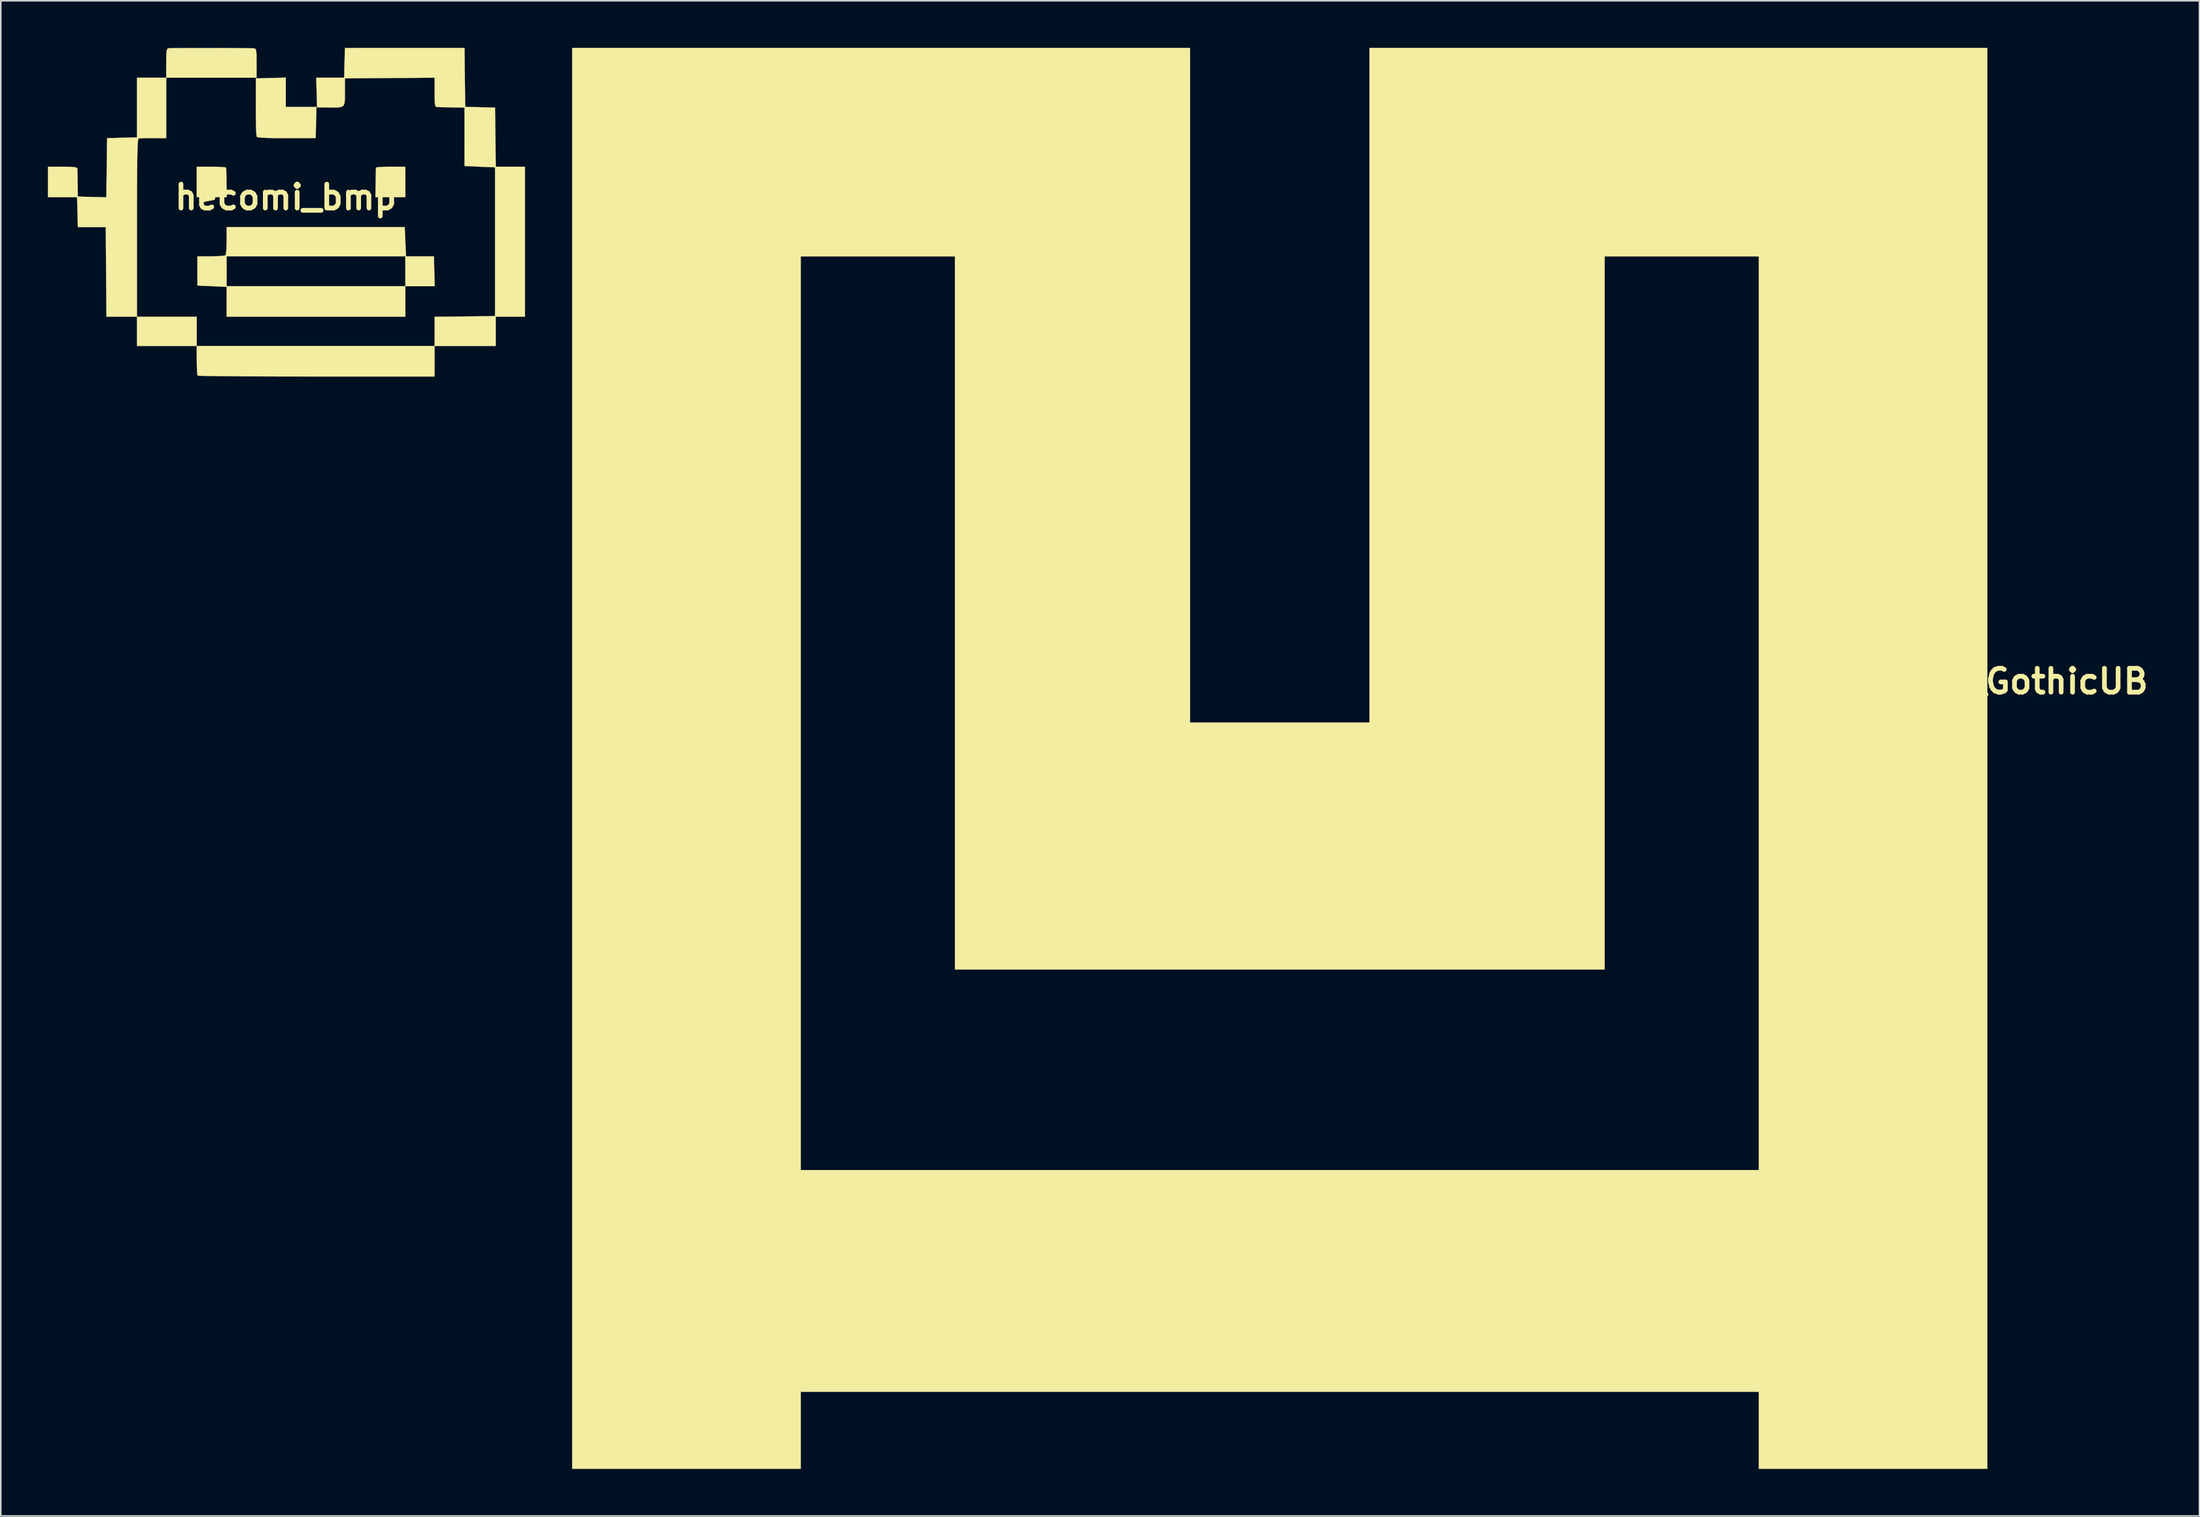
<source format=kicad_pcb>
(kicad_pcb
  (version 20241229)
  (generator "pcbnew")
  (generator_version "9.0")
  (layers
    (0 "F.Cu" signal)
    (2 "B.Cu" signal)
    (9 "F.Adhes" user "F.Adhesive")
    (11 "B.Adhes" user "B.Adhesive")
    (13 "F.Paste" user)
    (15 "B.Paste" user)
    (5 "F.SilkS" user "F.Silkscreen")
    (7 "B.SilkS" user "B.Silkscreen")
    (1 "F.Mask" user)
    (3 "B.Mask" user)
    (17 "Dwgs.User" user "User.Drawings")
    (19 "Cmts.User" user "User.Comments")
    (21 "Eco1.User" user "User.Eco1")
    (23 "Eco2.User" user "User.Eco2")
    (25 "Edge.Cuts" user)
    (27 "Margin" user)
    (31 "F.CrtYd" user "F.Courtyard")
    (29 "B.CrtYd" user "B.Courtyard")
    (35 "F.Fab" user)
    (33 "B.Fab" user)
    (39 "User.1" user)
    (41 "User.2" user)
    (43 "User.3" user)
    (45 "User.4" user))
  (footprint "hecomi_GothicUB"
    (layer "F.Cu")
    (at 124.004 40.391)
    (property "Reference" "hecomi_GothicUB" (at 0 0 0) (layer "F.SilkS") (effects (font (size 1.524 1.524) (thickness 0.3))))
    (attr through_hole)
    (fp_poly (pts (xy -51.223 2.625) (xy -39.793 2.625) (xy -39.793 -40.386) (xy -0.423 -40.386) (xy -0.423 50.207) (xy -14.986 50.207) (xy -14.986 45.297) (xy -76.031 45.297) (xy -76.031 50.207) (xy -90.593 50.207) (xy -90.593 -27.093) (xy -76.031 -27.093) (xy -76.031 31.157) (xy -14.986 31.157) (xy -14.986 -27.093) (xy -24.807 -27.093) (xy -24.807 18.373) (xy -66.209 18.373) (xy -66.209 -27.093) (xy -76.031 -27.093) (xy -90.593 -27.093) (xy -90.593 -40.386) (xy -51.223 -40.386) (xy -51.223 2.625)) (stroke (width 0.01) (type solid)) (fill yes) (layer "F.SilkS")))
  (footprint "hecomi_bmp"
    (layer "F.Cu")
    (at 15.16 9.525)
    (property "Reference" "hecomi_bmp" (at 0 0 0) (layer "F.SilkS") (effects (font (size 1.524 1.524) (thickness 0.3))))
    (attr through_hole)
    (fp_poly (pts (xy -5.673 7.62) (xy -5.673 9.483) (xy -9.483 9.483) (xy -9.483 7.62) (xy -5.673 7.62)) (stroke (width 0.01) (type solid)) (fill yes) (layer "F.SilkS"))
    (fp_poly (pts (xy -4.366 -1.942) (xy -4.061 -1.927) (xy -3.861 -1.906) (xy -3.8 -1.884) (xy -3.795 -1.778) (xy -3.788 -1.54) (xy -3.782 -1.209) (xy -3.777 -0.91) (xy -3.764 0) (xy -5.673 0) (xy -5.673 -1.947) (xy -4.741 -1.947) (xy -4.366 -1.942)) (stroke (width 0.01) (type solid)) (fill yes) (layer "F.SilkS"))
    (fp_poly (pts (xy 7.62 0) (xy 5.711 0) (xy 5.724 -0.91) (xy 5.73 -1.288) (xy 5.737 -1.602) (xy 5.743 -1.814) (xy 5.747 -1.884) (xy 5.83 -1.909) (xy 6.048 -1.93) (xy 6.366 -1.943) (xy 6.689 -1.947) (xy 7.62 -1.947) (xy 7.62 0)) (stroke (width 0.01) (type solid)) (fill yes) (layer "F.SilkS"))
    (fp_poly (pts (xy 0 -5.757) (xy 1.953 -5.757) (xy 1.929 -4.764) (xy 1.905 -3.77) (xy 0.059 -3.766) (xy -0.611 -3.769) (xy -1.146 -3.779) (xy -1.537 -3.798) (xy -1.776 -3.824) (xy -1.852 -3.85) (xy -1.87 -3.957) (xy -1.886 -4.207) (xy -1.899 -4.575) (xy -1.907 -5.034) (xy -1.91 -5.558) (xy -1.91 -5.757) (xy -1.905 -7.578) (xy 0 -7.626) (xy 0 -5.757)) (stroke (width 0.01) (type solid)) (fill yes) (layer "F.SilkS"))
    (fp_poly (pts (xy 9.483 9.483) (xy 9.483 11.43) (xy 1.961 11.43) (xy 0.848 11.429) (xy -0.218 11.428) (xy -1.223 11.425) (xy -2.154 11.421) (xy -3.001 11.416) (xy -3.751 11.41) (xy -4.391 11.404) (xy -4.91 11.397) (xy -5.295 11.389) (xy -5.535 11.381) (xy -5.616 11.374) (xy -5.639 11.271) (xy -5.658 11.036) (xy -5.669 10.706) (xy -5.673 10.4) (xy -5.673 9.483) (xy 9.483 9.483)) (stroke (width 0.01) (type solid)) (fill yes) (layer "F.SilkS"))
    (fp_poly (pts (xy -7.62 -8.541) (xy -7.617 -8.952) (xy -7.605 -9.223) (xy -7.579 -9.384) (xy -7.535 -9.465) (xy -7.472 -9.496) (xy -7.362 -9.502) (xy -7.108 -9.507) (xy -6.736 -9.511) (xy -6.269 -9.513) (xy -5.734 -9.515) (xy -5.157 -9.515) (xy -4.561 -9.515) (xy -3.972 -9.513) (xy -3.416 -9.51) (xy -2.918 -9.507) (xy -2.503 -9.502) (xy -2.196 -9.497) (xy -2.053 -9.492) (xy -1.97 -9.481) (xy -1.915 -9.436) (xy -1.883 -9.33) (xy -1.868 -9.131) (xy -1.863 -8.81) (xy -1.863 -8.551) (xy -1.863 -7.62) (xy -7.62 -7.62) (xy -7.62 -8.541)) (stroke (width 0.01) (type solid)) (fill yes) (layer "F.SilkS"))
    (fp_poly (pts (xy 7.62 2.836) (xy 7.662 3.768) (xy 9.44 3.768) (xy 9.464 4.72) (xy 9.488 5.673) (xy 7.62 5.673) (xy 7.62 7.62) (xy -3.771 7.62) (xy -3.77 6.668) (xy -3.768 5.715) (xy -4.699 5.673) (xy -5.63 5.63) (xy -5.63 3.768) (xy -4.77 3.768) (xy -4.752 3.767) (xy -3.77 3.767) (xy -3.77 5.673) (xy 7.62 5.673) (xy 7.62 3.767) (xy -3.77 3.767) (xy -4.752 3.767) (xy -4.401 3.761) (xy -4.097 3.743) (xy -3.896 3.718) (xy -3.838 3.697) (xy -3.809 3.587) (xy -3.785 3.348) (xy -3.771 3.018) (xy -3.768 2.766) (xy -3.768 1.905) (xy 7.578 1.905) (xy 7.62 2.836)) (stroke (width 0.01) (type solid)) (fill yes) (layer "F.SilkS"))
    (fp_poly (pts (xy -7.62 -3.764) (xy -8.445 -3.77) (xy -8.811 -3.769) (xy -9.117 -3.762) (xy -9.322 -3.75) (xy -9.377 -3.742) (xy -9.399 -3.701) (xy -9.417 -3.589) (xy -9.433 -3.395) (xy -9.447 -3.108) (xy -9.458 -2.72) (xy -9.466 -2.219) (xy -9.473 -1.596) (xy -9.478 -0.841) (xy -9.481 0.056) (xy -9.482 1.105) (xy -9.483 1.956) (xy -9.483 7.62) (xy -11.428 7.62) (xy -11.472 1.905) (xy -13.25 1.905) (xy -13.274 0.953) (xy -13.298 0) (xy -15.155 0) (xy -15.155 -1.947) (xy -14.224 -1.947) (xy -13.783 -1.941) (xy -13.491 -1.923) (xy -13.331 -1.888) (xy -13.284 -1.841) (xy -13.279 -1.716) (xy -13.272 -1.463) (xy -13.266 -1.124) (xy -13.262 -0.889) (xy -13.25 -0.042) (xy -12.342 -0.018) (xy -11.433 0.006) (xy -11.41 -1.881) (xy -11.388 -3.768) (xy -9.483 -3.816) (xy -9.483 -7.62) (xy -7.62 -7.62) (xy -7.62 -3.764)) (stroke (width 0.01) (type solid)) (fill yes) (layer "F.SilkS"))
    (fp_poly (pts (xy 9.483 7.623) (xy 11.409 7.6) (xy 13.335 7.578) (xy 13.335 -1.905) (xy 12.361 -1.947) (xy 11.387 -1.99) (xy 11.388 -5.715) (xy 10.583 -5.729) (xy 10.216 -5.736) (xy 9.902 -5.742) (xy 9.687 -5.748) (xy 9.631 -5.75) (xy 9.566 -5.77) (xy 9.523 -5.842) (xy 9.498 -5.995) (xy 9.486 -6.257) (xy 9.483 -6.657) (xy 9.483 -6.69) (xy 9.483 -7.622) (xy 6.626 -7.6) (xy 3.769 -7.578) (xy 3.768 -6.697) (xy 3.767 -6.285) (xy 3.746 -6.007) (xy 3.677 -5.838) (xy 3.533 -5.752) (xy 3.285 -5.721) (xy 2.905 -5.72) (xy 2.734 -5.722) (xy 1.99 -5.729) (xy 1.966 -6.674) (xy 1.942 -7.62) (xy 3.72 -7.62) (xy 3.744 -8.569) (xy 3.768 -9.518) (xy 11.388 -9.52) (xy 11.433 -5.763) (xy 12.384 -5.739) (xy 13.335 -5.715) (xy 13.358 -3.831) (xy 13.381 -1.947) (xy 15.24 -1.947) (xy 15.24 7.62) (xy 13.377 7.62) (xy 13.377 9.483) (xy 9.483 9.483) (xy 9.483 7.623)) (stroke (width 0.01) (type solid)) (fill yes) (layer "F.SilkS")))
  (gr_rect
    (start -3 -3)
    (end 137.098 93.603)
    (stroke (width 0.1) (type default))
    (fill no)
    (layer "Edge.Cuts")))
</source>
